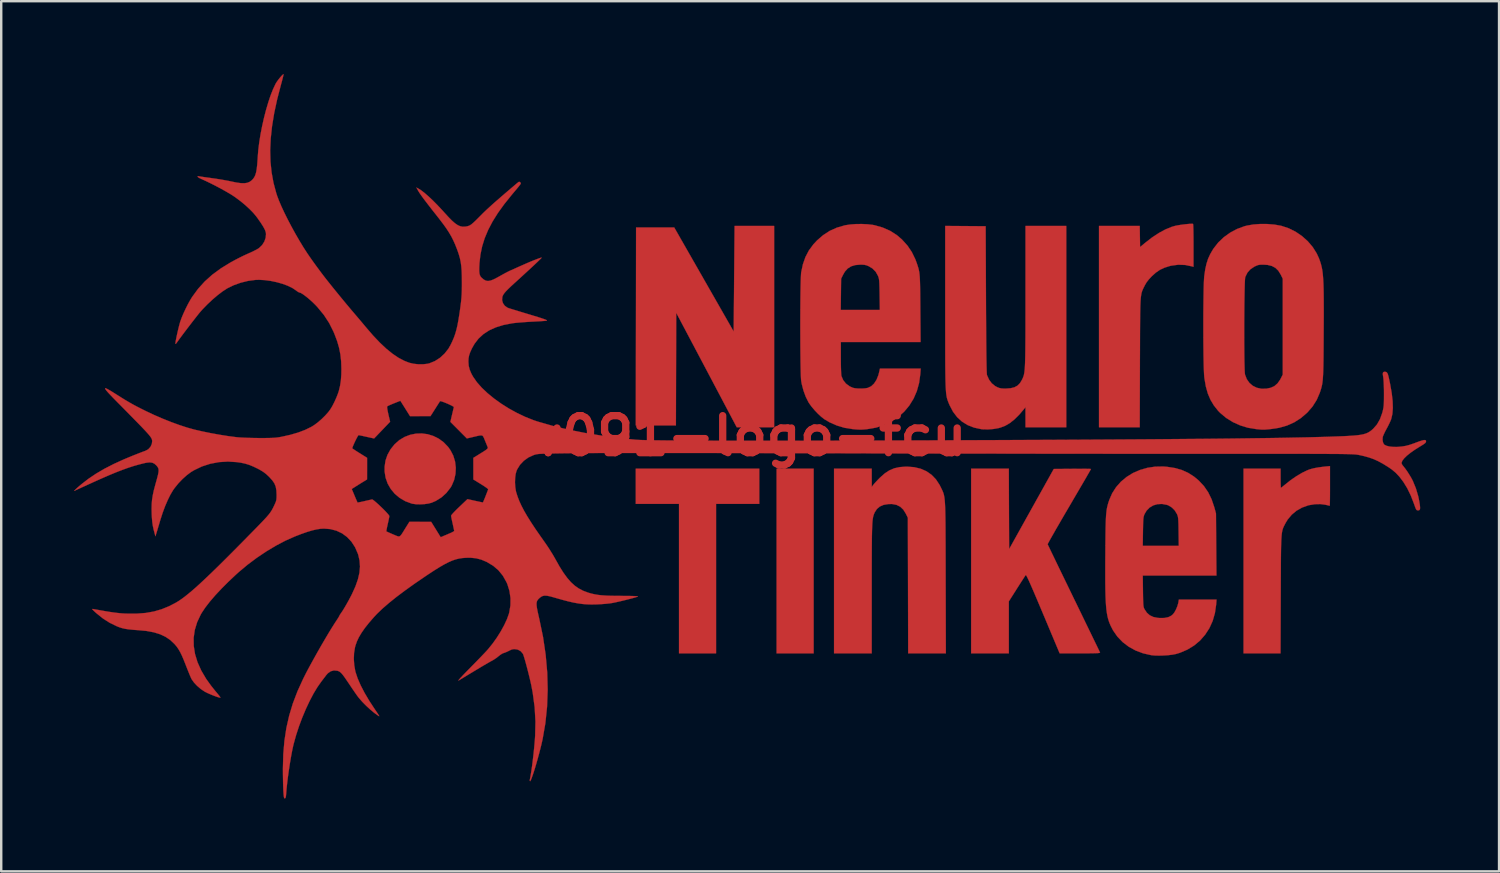
<source format=kicad_pcb>
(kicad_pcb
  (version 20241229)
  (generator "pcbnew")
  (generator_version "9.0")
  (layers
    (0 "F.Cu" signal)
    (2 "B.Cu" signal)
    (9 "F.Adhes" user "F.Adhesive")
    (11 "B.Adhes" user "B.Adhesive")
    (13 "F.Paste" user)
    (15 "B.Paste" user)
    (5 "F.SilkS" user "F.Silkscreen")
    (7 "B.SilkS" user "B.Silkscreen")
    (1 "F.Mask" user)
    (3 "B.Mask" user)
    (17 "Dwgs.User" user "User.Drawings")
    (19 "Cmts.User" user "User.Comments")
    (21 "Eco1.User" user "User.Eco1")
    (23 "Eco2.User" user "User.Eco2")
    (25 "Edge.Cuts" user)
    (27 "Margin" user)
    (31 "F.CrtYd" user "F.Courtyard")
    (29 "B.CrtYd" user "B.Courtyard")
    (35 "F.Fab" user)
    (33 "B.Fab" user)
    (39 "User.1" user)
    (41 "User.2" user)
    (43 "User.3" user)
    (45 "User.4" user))
  (footprint "v091-logo-fcu"
    (layer "F.Cu")
    (at 27.825 14.895)
    (property "Reference" "v091-logo-fcu" (at 0 0 0) (layer "F.Cu") (effects (font (size 1.524 1.524) (thickness 0.3))))
    (attr through_hole)
    (fp_poly (pts (xy 2.619 8.95) (xy 1.093 8.95) (xy 1.093 1.348) (xy 2.619 1.348) (xy 2.619 8.95)) (stroke (width 0.01) (type solid)) (fill yes) (layer "F.Cu"))
    (fp_poly (pts (xy 0.381 2.797) (xy -1.398 2.797) (xy -1.398 8.95) (xy -2.924 8.95) (xy -2.924 2.797) (xy -4.704 2.797) (xy -4.704 1.348) (xy 0.381 1.348) (xy 0.381 2.797)) (stroke (width 0.01) (type solid)) (fill yes) (layer "F.Cu"))
    (fp_poly (pts (xy 0.992 -0.356) (xy 0.222 -0.357) (xy -0.547 -0.357) (xy -1.792 -2.713) (xy -3.038 -5.068) (xy -3.051 -0.432) (xy -4.704 -0.432) (xy -4.697 -4.507) (xy -4.691 -8.581) (xy -3.12 -8.581) (xy -1.897 -6.441) (xy -0.674 -4.3) (xy -0.658 -6.059) (xy -0.656 -6.367) (xy -0.653 -6.67) (xy -0.65 -6.963) (xy -0.648 -7.24) (xy -0.646 -7.496) (xy -0.644 -7.725) (xy -0.642 -7.922) (xy -0.641 -8.081) (xy -0.64 -8.198) (xy -0.639 -8.231) (xy -0.636 -8.645) (xy 0.992 -8.645) (xy 0.992 -0.356)) (stroke (width 0.01) (type solid)) (fill yes) (layer "F.Cu"))
    (fp_poly (pts (xy -13.272 -0.071) (xy -13.038 0.001) (xy -12.816 0.112) (xy -12.611 0.262) (xy -12.429 0.452) (xy -12.333 0.586) (xy -12.216 0.811) (xy -12.142 1.055) (xy -12.112 1.309) (xy -12.125 1.564) (xy -12.181 1.812) (xy -12.28 2.045) (xy -12.331 2.131) (xy -12.499 2.346) (xy -12.703 2.53) (xy -12.935 2.675) (xy -13.109 2.75) (xy -13.242 2.784) (xy -13.405 2.807) (xy -13.58 2.816) (xy -13.748 2.812) (xy -13.892 2.793) (xy -13.93 2.784) (xy -14.19 2.687) (xy -14.422 2.552) (xy -14.622 2.384) (xy -14.787 2.187) (xy -14.915 1.966) (xy -15.001 1.724) (xy -15.042 1.468) (xy -15.042 1.26) (xy -15.004 1.009) (xy -14.924 0.778) (xy -14.799 0.553) (xy -14.794 0.546) (xy -14.626 0.337) (xy -14.433 0.169) (xy -14.22 0.041) (xy -13.992 -0.046) (xy -13.754 -0.094) (xy -13.512 -0.102) (xy -13.272 -0.071)) (stroke (width 0.01) (type solid)) (fill yes) (layer "F.Cu"))
    (fp_poly (pts (xy 18.223 -8.731) (xy 18.236 -8.728) (xy 18.241 -8.701) (xy 18.245 -8.629) (xy 18.249 -8.518) (xy 18.252 -8.374) (xy 18.254 -8.203) (xy 18.255 -8.01) (xy 18.255 -7.839) (xy 18.255 -6.961) (xy 18.198 -6.978) (xy 17.917 -7.037) (xy 17.628 -7.048) (xy 17.339 -7.009) (xy 17.277 -6.994) (xy 17.058 -6.925) (xy 16.873 -6.838) (xy 16.705 -6.723) (xy 16.538 -6.573) (xy 16.419 -6.446) (xy 16.329 -6.331) (xy 16.259 -6.214) (xy 16.241 -6.178) (xy 16.212 -6.121) (xy 16.187 -6.07) (xy 16.165 -6.022) (xy 16.145 -5.974) (xy 16.128 -5.923) (xy 16.113 -5.866) (xy 16.101 -5.799) (xy 16.09 -5.719) (xy 16.081 -5.624) (xy 16.074 -5.509) (xy 16.068 -5.373) (xy 16.064 -5.212) (xy 16.06 -5.022) (xy 16.058 -4.802) (xy 16.056 -4.546) (xy 16.054 -4.253) (xy 16.053 -3.92) (xy 16.052 -3.542) (xy 16.05 -3.118) (xy 16.05 -3.007) (xy 16.042 -0.356) (xy 14.365 -0.356) (xy 14.365 -8.645) (xy 16.042 -8.645) (xy 16.049 -8.21) (xy 16.056 -7.775) (xy 16.26 -7.945) (xy 16.545 -8.167) (xy 16.827 -8.353) (xy 17.1 -8.501) (xy 17.36 -8.607) (xy 17.497 -8.647) (xy 17.589 -8.666) (xy 17.703 -8.685) (xy 17.829 -8.703) (xy 17.956 -8.717) (xy 18.071 -8.728) (xy 18.164 -8.733) (xy 18.223 -8.731)) (stroke (width 0.01) (type solid)) (fill yes) (layer "F.Cu"))
    (fp_poly (pts (xy 23.874 2.057) (xy 23.874 2.255) (xy 23.873 2.436) (xy 23.872 2.593) (xy 23.87 2.721) (xy 23.868 2.813) (xy 23.865 2.865) (xy 23.863 2.873) (xy 23.835 2.868) (xy 23.771 2.853) (xy 23.684 2.833) (xy 23.679 2.832) (xy 23.478 2.805) (xy 23.253 2.811) (xy 23.019 2.849) (xy 22.972 2.86) (xy 22.722 2.95) (xy 22.493 3.08) (xy 22.294 3.247) (xy 22.129 3.446) (xy 22.047 3.582) (xy 22.016 3.641) (xy 21.989 3.693) (xy 21.965 3.742) (xy 21.944 3.792) (xy 21.926 3.845) (xy 21.91 3.905) (xy 21.897 3.975) (xy 21.886 4.059) (xy 21.878 4.159) (xy 21.87 4.279) (xy 21.865 4.423) (xy 21.86 4.593) (xy 21.857 4.794) (xy 21.854 5.027) (xy 21.852 5.297) (xy 21.851 5.606) (xy 21.849 5.959) (xy 21.848 6.357) (xy 21.847 6.528) (xy 21.838 8.95) (xy 20.315 8.95) (xy 20.315 1.348) (xy 21.84 1.348) (xy 21.84 1.742) (xy 21.841 1.877) (xy 21.844 1.992) (xy 21.847 2.078) (xy 21.851 2.128) (xy 21.854 2.136) (xy 21.878 2.12) (xy 21.931 2.08) (xy 22.002 2.021) (xy 22.026 2.002) (xy 22.255 1.82) (xy 22.489 1.658) (xy 22.718 1.522) (xy 22.932 1.418) (xy 23.039 1.376) (xy 23.2 1.332) (xy 23.406 1.294) (xy 23.649 1.263) (xy 23.703 1.258) (xy 23.874 1.242) (xy 23.874 2.057)) (stroke (width 0.01) (type solid)) (fill yes) (layer "F.Cu"))
    (fp_poly (pts (xy 6.755 1.286) (xy 7.024 1.35) (xy 7.263 1.455) (xy 7.474 1.602) (xy 7.654 1.789) (xy 7.803 2.016) (xy 7.841 2.092) (xy 7.871 2.152) (xy 7.897 2.205) (xy 7.92 2.254) (xy 7.941 2.303) (xy 7.96 2.353) (xy 7.976 2.407) (xy 7.99 2.47) (xy 8.002 2.543) (xy 8.012 2.628) (xy 8.021 2.731) (xy 8.028 2.852) (xy 8.034 2.994) (xy 8.038 3.162) (xy 8.042 3.357) (xy 8.045 3.583) (xy 8.047 3.841) (xy 8.048 4.136) (xy 8.05 4.47) (xy 8.051 4.845) (xy 8.052 5.266) (xy 8.053 5.733) (xy 8.053 5.816) (xy 8.061 8.95) (xy 6.51 8.95) (xy 6.496 3.368) (xy 6.412 3.198) (xy 6.309 3.033) (xy 6.181 2.913) (xy 6.028 2.837) (xy 5.848 2.803) (xy 5.691 2.805) (xy 5.499 2.838) (xy 5.344 2.905) (xy 5.223 3.007) (xy 5.133 3.146) (xy 5.12 3.175) (xy 5.103 3.216) (xy 5.088 3.257) (xy 5.075 3.302) (xy 5.063 3.353) (xy 5.053 3.414) (xy 5.044 3.487) (xy 5.036 3.576) (xy 5.03 3.684) (xy 5.025 3.813) (xy 5.021 3.966) (xy 5.017 4.147) (xy 5.015 4.359) (xy 5.013 4.605) (xy 5.012 4.887) (xy 5.011 5.209) (xy 5.01 5.573) (xy 5.01 5.984) (xy 5.01 6.299) (xy 5.009 8.95) (xy 3.458 8.95) (xy 3.458 1.348) (xy 5.009 1.348) (xy 5.011 2.098) (xy 5.078 2.009) (xy 5.124 1.954) (xy 5.196 1.875) (xy 5.282 1.785) (xy 5.35 1.716) (xy 5.543 1.545) (xy 5.736 1.418) (xy 5.938 1.332) (xy 6.161 1.283) (xy 6.414 1.265) (xy 6.458 1.264) (xy 6.755 1.286)) (stroke (width 0.01) (type solid)) (fill yes) (layer "F.Cu"))
    (fp_poly (pts (xy 10.659 3.003) (xy 10.666 4.658) (xy 11.584 3.009) (xy 12.503 1.36) (xy 13.269 1.354) (xy 13.46 1.352) (xy 13.634 1.352) (xy 13.785 1.353) (xy 13.905 1.355) (xy 13.989 1.357) (xy 14.031 1.361) (xy 14.035 1.362) (xy 14.022 1.386) (xy 13.986 1.451) (xy 13.928 1.551) (xy 13.851 1.686) (xy 13.756 1.849) (xy 13.645 2.039) (xy 13.521 2.251) (xy 13.386 2.482) (xy 13.242 2.728) (xy 13.139 2.905) (xy 12.989 3.16) (xy 12.848 3.402) (xy 12.717 3.629) (xy 12.597 3.835) (xy 12.493 4.019) (xy 12.404 4.175) (xy 12.333 4.301) (xy 12.283 4.393) (xy 12.256 4.446) (xy 12.251 4.46) (xy 12.263 4.486) (xy 12.296 4.555) (xy 12.348 4.663) (xy 12.417 4.808) (xy 12.503 4.985) (xy 12.603 5.193) (xy 12.716 5.427) (xy 12.841 5.685) (xy 12.976 5.963) (xy 13.119 6.258) (xy 13.269 6.567) (xy 13.327 6.687) (xy 13.48 7.001) (xy 13.626 7.302) (xy 13.764 7.587) (xy 13.893 7.853) (xy 14.011 8.096) (xy 14.117 8.315) (xy 14.209 8.504) (xy 14.286 8.662) (xy 14.345 8.785) (xy 14.386 8.87) (xy 14.406 8.913) (xy 14.409 8.918) (xy 14.402 8.927) (xy 14.372 8.934) (xy 14.315 8.94) (xy 14.225 8.944) (xy 14.1 8.947) (xy 13.934 8.949) (xy 13.725 8.95) (xy 13.584 8.95) (xy 12.746 8.95) (xy 12.063 7.323) (xy 11.923 6.992) (xy 11.802 6.705) (xy 11.698 6.461) (xy 11.61 6.257) (xy 11.536 6.089) (xy 11.477 5.957) (xy 11.43 5.857) (xy 11.395 5.787) (xy 11.37 5.744) (xy 11.355 5.727) (xy 11.35 5.727) (xy 11.328 5.757) (xy 11.284 5.823) (xy 11.221 5.92) (xy 11.143 6.041) (xy 11.054 6.18) (xy 10.987 6.285) (xy 10.653 6.812) (xy 10.653 8.95) (xy 9.102 8.95) (xy 9.102 1.348) (xy 10.653 1.348) (xy 10.659 3.003)) (stroke (width 0.01) (type solid)) (fill yes) (layer "F.Cu"))
    (fp_poly (pts (xy 8.867 -8.639) (xy 9.7 -8.632) (xy 9.713 -5.606) (xy 9.715 -5.095) (xy 9.718 -4.634) (xy 9.72 -4.222) (xy 9.723 -3.856) (xy 9.726 -3.537) (xy 9.729 -3.263) (xy 9.733 -3.033) (xy 9.737 -2.846) (xy 9.741 -2.701) (xy 9.745 -2.596) (xy 9.75 -2.53) (xy 9.754 -2.504) (xy 9.841 -2.314) (xy 9.95 -2.167) (xy 10.086 -2.056) (xy 10.183 -2.004) (xy 10.264 -1.973) (xy 10.347 -1.956) (xy 10.452 -1.949) (xy 10.526 -1.949) (xy 10.724 -1.963) (xy 10.883 -2.002) (xy 11.01 -2.071) (xy 11.111 -2.172) (xy 11.187 -2.298) (xy 11.21 -2.343) (xy 11.23 -2.386) (xy 11.247 -2.429) (xy 11.263 -2.476) (xy 11.277 -2.529) (xy 11.289 -2.592) (xy 11.299 -2.666) (xy 11.308 -2.755) (xy 11.315 -2.862) (xy 11.321 -2.99) (xy 11.326 -3.141) (xy 11.33 -3.319) (xy 11.333 -3.526) (xy 11.335 -3.765) (xy 11.337 -4.04) (xy 11.338 -4.353) (xy 11.338 -4.706) (xy 11.339 -5.104) (xy 11.339 -5.548) (xy 11.339 -5.753) (xy 11.34 -8.645) (xy 13.018 -8.645) (xy 13.018 -0.356) (xy 11.34 -0.356) (xy 11.338 -1.182) (xy 11.288 -1.119) (xy 11.084 -0.878) (xy 10.888 -0.683) (xy 10.696 -0.53) (xy 10.502 -0.417) (xy 10.302 -0.341) (xy 10.222 -0.32) (xy 10.018 -0.285) (xy 9.804 -0.269) (xy 9.603 -0.271) (xy 9.514 -0.28) (xy 9.221 -0.343) (xy 8.958 -0.446) (xy 8.727 -0.589) (xy 8.526 -0.773) (xy 8.356 -0.997) (xy 8.216 -1.263) (xy 8.186 -1.332) (xy 8.165 -1.385) (xy 8.146 -1.434) (xy 8.129 -1.482) (xy 8.114 -1.531) (xy 8.1 -1.586) (xy 8.089 -1.647) (xy 8.078 -1.719) (xy 8.069 -1.803) (xy 8.062 -1.903) (xy 8.055 -2.021) (xy 8.05 -2.16) (xy 8.045 -2.322) (xy 8.042 -2.51) (xy 8.039 -2.728) (xy 8.037 -2.977) (xy 8.036 -3.261) (xy 8.035 -3.582) (xy 8.035 -3.943) (xy 8.034 -4.347) (xy 8.034 -4.796) (xy 8.034 -5.293) (xy 8.034 -8.645) (xy 8.867 -8.639)) (stroke (width 0.01) (type solid)) (fill yes) (layer "F.Cu"))
    (fp_poly (pts (xy 17.165 1.271) (xy 17.488 1.321) (xy 17.775 1.403) (xy 18.036 1.52) (xy 18.278 1.675) (xy 18.474 1.839) (xy 18.685 2.065) (xy 18.86 2.32) (xy 19.001 2.609) (xy 19.111 2.935) (xy 19.115 2.949) (xy 19.181 3.191) (xy 19.19 4.469) (xy 19.2 5.746) (xy 16.167 5.746) (xy 16.175 6.388) (xy 16.178 6.587) (xy 16.181 6.742) (xy 16.185 6.86) (xy 16.19 6.947) (xy 16.197 7.011) (xy 16.207 7.058) (xy 16.22 7.095) (xy 16.237 7.13) (xy 16.238 7.132) (xy 16.336 7.278) (xy 16.455 7.383) (xy 16.602 7.453) (xy 16.782 7.489) (xy 16.861 7.495) (xy 17.056 7.493) (xy 17.213 7.462) (xy 17.339 7.401) (xy 17.411 7.34) (xy 17.475 7.255) (xy 17.538 7.137) (xy 17.592 7.005) (xy 17.629 6.876) (xy 17.635 6.841) (xy 17.652 6.738) (xy 19.204 6.738) (xy 19.187 6.95) (xy 19.137 7.294) (xy 19.044 7.616) (xy 18.909 7.914) (xy 18.734 8.183) (xy 18.524 8.423) (xy 18.279 8.628) (xy 18.002 8.797) (xy 17.696 8.927) (xy 17.531 8.977) (xy 17.392 9.004) (xy 17.219 9.025) (xy 17.028 9.038) (xy 16.837 9.043) (xy 16.66 9.039) (xy 16.516 9.025) (xy 16.516 9.025) (xy 16.181 8.949) (xy 15.872 8.833) (xy 15.59 8.678) (xy 15.339 8.487) (xy 15.122 8.261) (xy 14.943 8.004) (xy 14.846 7.816) (xy 14.805 7.721) (xy 14.769 7.624) (xy 14.738 7.522) (xy 14.711 7.41) (xy 14.689 7.286) (xy 14.67 7.146) (xy 14.655 6.985) (xy 14.643 6.8) (xy 14.634 6.587) (xy 14.628 6.342) (xy 14.624 6.063) (xy 14.623 5.744) (xy 14.623 5.383) (xy 14.625 4.975) (xy 14.626 4.907) (xy 14.628 4.556) (xy 14.628 4.526) (xy 16.166 4.526) (xy 17.649 4.526) (xy 17.641 3.935) (xy 17.638 3.744) (xy 17.635 3.598) (xy 17.63 3.487) (xy 17.624 3.404) (xy 17.616 3.341) (xy 17.604 3.292) (xy 17.588 3.247) (xy 17.572 3.211) (xy 17.482 3.064) (xy 17.36 2.943) (xy 17.217 2.857) (xy 17.16 2.837) (xy 16.962 2.8) (xy 16.773 2.809) (xy 16.599 2.859) (xy 16.447 2.949) (xy 16.323 3.077) (xy 16.244 3.211) (xy 16.224 3.256) (xy 16.21 3.301) (xy 16.199 3.353) (xy 16.191 3.419) (xy 16.185 3.508) (xy 16.181 3.627) (xy 16.178 3.783) (xy 16.175 3.935) (xy 16.166 4.526) (xy 14.628 4.526) (xy 14.631 4.251) (xy 14.634 3.988) (xy 14.638 3.763) (xy 14.643 3.571) (xy 14.649 3.408) (xy 14.657 3.271) (xy 14.668 3.153) (xy 14.68 3.052) (xy 14.695 2.962) (xy 14.714 2.879) (xy 14.735 2.799) (xy 14.76 2.718) (xy 14.788 2.636) (xy 14.908 2.359) (xy 15.07 2.107) (xy 15.268 1.883) (xy 15.5 1.689) (xy 15.76 1.528) (xy 16.045 1.403) (xy 16.351 1.314) (xy 16.673 1.265) (xy 17.007 1.259) (xy 17.165 1.271)) (stroke (width 0.01) (type solid)) (fill yes) (layer "F.Cu"))
    (fp_poly (pts (xy 4.836 -8.713) (xy 5.051 -8.688) (xy 5.129 -8.673) (xy 5.462 -8.578) (xy 5.769 -8.442) (xy 6.047 -8.264) (xy 6.255 -8.085) (xy 6.479 -7.837) (xy 6.66 -7.57) (xy 6.803 -7.275) (xy 6.857 -7.132) (xy 6.887 -7.044) (xy 6.912 -6.966) (xy 6.934 -6.893) (xy 6.951 -6.819) (xy 6.966 -6.74) (xy 6.977 -6.651) (xy 6.986 -6.547) (xy 6.993 -6.422) (xy 6.998 -6.273) (xy 7.002 -6.094) (xy 7.005 -5.88) (xy 7.007 -5.627) (xy 7.01 -5.329) (xy 7.01 -5.244) (xy 7.021 -3.865) (xy 3.738 -3.865) (xy 3.738 -3.21) (xy 3.739 -3.027) (xy 3.741 -2.857) (xy 3.746 -2.708) (xy 3.751 -2.587) (xy 3.757 -2.502) (xy 3.763 -2.465) (xy 3.835 -2.297) (xy 3.949 -2.154) (xy 4.098 -2.043) (xy 4.233 -1.982) (xy 4.329 -1.962) (xy 4.455 -1.951) (xy 4.595 -1.95) (xy 4.728 -1.958) (xy 4.838 -1.976) (xy 4.85 -1.98) (xy 4.987 -2.045) (xy 5.105 -2.155) (xy 5.205 -2.308) (xy 5.282 -2.499) (xy 5.315 -2.625) (xy 5.347 -2.771) (xy 7.025 -2.771) (xy 7.008 -2.534) (xy 6.959 -2.177) (xy 6.866 -1.843) (xy 6.731 -1.533) (xy 6.556 -1.251) (xy 6.345 -0.998) (xy 6.1 -0.778) (xy 5.824 -0.594) (xy 5.519 -0.448) (xy 5.189 -0.342) (xy 4.834 -0.281) (xy 4.831 -0.28) (xy 4.711 -0.268) (xy 4.618 -0.262) (xy 4.534 -0.26) (xy 4.446 -0.263) (xy 4.336 -0.271) (xy 4.208 -0.283) (xy 3.889 -0.335) (xy 3.574 -0.429) (xy 3.276 -0.56) (xy 3.055 -0.691) (xy 2.93 -0.789) (xy 2.792 -0.917) (xy 2.654 -1.062) (xy 2.529 -1.211) (xy 2.429 -1.35) (xy 2.405 -1.388) (xy 2.294 -1.61) (xy 2.201 -1.863) (xy 2.13 -2.132) (xy 2.106 -2.263) (xy 2.099 -2.333) (xy 2.093 -2.45) (xy 2.088 -2.607) (xy 2.083 -2.8) (xy 2.079 -3.024) (xy 2.076 -3.275) (xy 2.073 -3.546) (xy 2.071 -3.833) (xy 2.07 -4.131) (xy 2.069 -4.435) (xy 2.069 -4.74) (xy 2.07 -5.041) (xy 2.071 -5.187) (xy 3.734 -5.187) (xy 5.343 -5.187) (xy 5.334 -5.816) (xy 5.331 -6.014) (xy 5.327 -6.169) (xy 5.323 -6.287) (xy 5.317 -6.377) (xy 5.309 -6.446) (xy 5.298 -6.5) (xy 5.283 -6.548) (xy 5.268 -6.588) (xy 5.175 -6.756) (xy 5.043 -6.891) (xy 4.883 -6.988) (xy 4.794 -7.024) (xy 4.709 -7.043) (xy 4.606 -7.051) (xy 4.538 -7.051) (xy 4.332 -7.033) (xy 4.161 -6.981) (xy 4.02 -6.892) (xy 3.905 -6.764) (xy 3.834 -6.642) (xy 3.75 -6.472) (xy 3.742 -5.829) (xy 3.734 -5.187) (xy 2.071 -5.187) (xy 2.072 -5.334) (xy 2.074 -5.612) (xy 2.077 -5.872) (xy 2.081 -6.108) (xy 2.086 -6.315) (xy 2.091 -6.488) (xy 2.097 -6.623) (xy 2.103 -6.713) (xy 2.106 -6.738) (xy 2.177 -7.069) (xy 2.281 -7.365) (xy 2.422 -7.634) (xy 2.603 -7.881) (xy 2.757 -8.047) (xy 3.011 -8.267) (xy 3.281 -8.442) (xy 3.575 -8.574) (xy 3.898 -8.668) (xy 3.927 -8.674) (xy 4.126 -8.704) (xy 4.356 -8.721) (xy 4.599 -8.724) (xy 4.836 -8.713)) (stroke (width 0.01) (type solid)) (fill yes) (layer "F.Cu"))
    (fp_poly (pts (xy 21.303 -8.723) (xy 21.592 -8.699) (xy 21.854 -8.652) (xy 21.879 -8.646) (xy 22.178 -8.546) (xy 22.462 -8.404) (xy 22.725 -8.224) (xy 22.961 -8.013) (xy 23.164 -7.774) (xy 23.327 -7.514) (xy 23.418 -7.316) (xy 23.453 -7.222) (xy 23.484 -7.131) (xy 23.511 -7.038) (xy 23.534 -6.942) (xy 23.554 -6.837) (xy 23.571 -6.72) (xy 23.584 -6.587) (xy 23.595 -6.435) (xy 23.604 -6.259) (xy 23.61 -6.057) (xy 23.614 -5.824) (xy 23.616 -5.557) (xy 23.617 -5.251) (xy 23.617 -4.904) (xy 23.615 -4.512) (xy 23.614 -4.322) (xy 23.612 -3.945) (xy 23.61 -3.615) (xy 23.608 -3.327) (xy 23.605 -3.079) (xy 23.601 -2.866) (xy 23.596 -2.684) (xy 23.59 -2.53) (xy 23.582 -2.399) (xy 23.573 -2.287) (xy 23.562 -2.191) (xy 23.548 -2.107) (xy 23.531 -2.031) (xy 23.512 -1.958) (xy 23.49 -1.886) (xy 23.465 -1.809) (xy 23.456 -1.782) (xy 23.328 -1.484) (xy 23.155 -1.21) (xy 22.939 -0.961) (xy 22.681 -0.739) (xy 22.679 -0.738) (xy 22.403 -0.561) (xy 22.103 -0.427) (xy 21.777 -0.334) (xy 21.43 -0.282) (xy 21.303 -0.27) (xy 21.21 -0.262) (xy 21.136 -0.259) (xy 21.065 -0.261) (xy 20.98 -0.267) (xy 20.867 -0.278) (xy 20.829 -0.282) (xy 20.498 -0.336) (xy 20.179 -0.433) (xy 19.877 -0.569) (xy 19.601 -0.74) (xy 19.358 -0.943) (xy 19.264 -1.04) (xy 19.092 -1.258) (xy 18.953 -1.491) (xy 18.844 -1.748) (xy 18.763 -2.036) (xy 18.707 -2.361) (xy 18.7 -2.415) (xy 18.692 -2.512) (xy 18.685 -2.654) (xy 18.678 -2.836) (xy 18.673 -3.052) (xy 18.668 -3.296) (xy 18.665 -3.564) (xy 18.662 -3.849) (xy 18.661 -4.146) (xy 18.66 -4.323) (xy 20.343 -4.323) (xy 20.343 -4.044) (xy 20.344 -3.774) (xy 20.346 -3.518) (xy 20.348 -3.28) (xy 20.351 -3.066) (xy 20.356 -2.881) (xy 20.36 -2.728) (xy 20.366 -2.614) (xy 20.373 -2.544) (xy 20.375 -2.529) (xy 20.448 -2.339) (xy 20.557 -2.183) (xy 20.696 -2.064) (xy 20.861 -1.983) (xy 21.049 -1.943) (xy 21.256 -1.946) (xy 21.439 -1.984) (xy 21.585 -2.051) (xy 21.715 -2.164) (xy 21.824 -2.319) (xy 21.84 -2.35) (xy 21.929 -2.525) (xy 21.929 -6.472) (xy 21.846 -6.641) (xy 21.748 -6.8) (xy 21.629 -6.917) (xy 21.482 -6.996) (xy 21.304 -7.04) (xy 21.136 -7.051) (xy 21.025 -7.05) (xy 20.943 -7.041) (xy 20.87 -7.019) (xy 20.784 -6.98) (xy 20.755 -6.965) (xy 20.595 -6.858) (xy 20.474 -6.72) (xy 20.389 -6.547) (xy 20.386 -6.539) (xy 20.379 -6.492) (xy 20.372 -6.4) (xy 20.366 -6.267) (xy 20.361 -6.098) (xy 20.357 -5.898) (xy 20.353 -5.671) (xy 20.349 -5.424) (xy 20.347 -5.16) (xy 20.345 -4.886) (xy 20.343 -4.605) (xy 20.343 -4.323) (xy 18.66 -4.323) (xy 18.66 -4.45) (xy 18.66 -4.754) (xy 18.661 -5.054) (xy 18.664 -5.343) (xy 18.667 -5.617) (xy 18.671 -5.87) (xy 18.675 -6.096) (xy 18.681 -6.289) (xy 18.688 -6.445) (xy 18.696 -6.557) (xy 18.699 -6.585) (xy 18.738 -6.854) (xy 18.789 -7.085) (xy 18.855 -7.29) (xy 18.942 -7.481) (xy 19.053 -7.672) (xy 19.082 -7.717) (xy 19.273 -7.961) (xy 19.503 -8.18) (xy 19.764 -8.368) (xy 20.049 -8.52) (xy 20.35 -8.631) (xy 20.459 -8.659) (xy 20.719 -8.704) (xy 21.006 -8.725) (xy 21.303 -8.723)) (stroke (width 0.01) (type solid)) (fill yes) (layer "F.Cu"))
    (fp_poly (pts (xy -19.204 -14.89) (xy -19.206 -14.863) (xy -19.221 -14.795) (xy -19.246 -14.695) (xy -19.278 -14.571) (xy -19.308 -14.463) (xy -19.465 -13.859) (xy -19.588 -13.289) (xy -19.676 -12.751) (xy -19.731 -12.241) (xy -19.753 -11.756) (xy -19.741 -11.292) (xy -19.695 -10.847) (xy -19.616 -10.417) (xy -19.504 -9.999) (xy -19.469 -9.89) (xy -19.393 -9.688) (xy -19.293 -9.453) (xy -19.171 -9.191) (xy -19.032 -8.912) (xy -18.88 -8.622) (xy -18.719 -8.329) (xy -18.553 -8.042) (xy -18.387 -7.768) (xy -18.224 -7.515) (xy -18.205 -7.488) (xy -18.098 -7.332) (xy -17.969 -7.15) (xy -17.828 -6.956) (xy -17.685 -6.763) (xy -17.55 -6.584) (xy -17.433 -6.434) (xy -17.432 -6.433) (xy -17.151 -6.081) (xy -16.885 -5.754) (xy -16.64 -5.457) (xy -16.419 -5.193) (xy -16.361 -5.125) (xy -16.24 -4.983) (xy -16.108 -4.828) (xy -15.978 -4.674) (xy -15.863 -4.536) (xy -15.812 -4.475) (xy -15.517 -4.133) (xy -15.237 -3.838) (xy -14.97 -3.588) (xy -14.714 -3.381) (xy -14.468 -3.215) (xy -14.229 -3.09) (xy -14.027 -3.012) (xy -13.851 -2.971) (xy -13.654 -2.95) (xy -13.457 -2.95) (xy -13.277 -2.97) (xy -13.196 -2.99) (xy -12.971 -3.082) (xy -12.761 -3.218) (xy -12.573 -3.391) (xy -12.414 -3.594) (xy -12.331 -3.738) (xy -12.252 -3.902) (xy -12.186 -4.059) (xy -12.131 -4.216) (xy -12.083 -4.385) (xy -12.04 -4.574) (xy -12 -4.793) (xy -11.959 -5.051) (xy -11.95 -5.111) (xy -11.92 -5.328) (xy -11.897 -5.511) (xy -11.881 -5.672) (xy -11.87 -5.827) (xy -11.864 -5.989) (xy -11.861 -6.175) (xy -11.861 -6.318) (xy -11.863 -6.579) (xy -11.871 -6.799) (xy -11.886 -6.988) (xy -11.909 -7.157) (xy -11.943 -7.316) (xy -11.988 -7.474) (xy -12.046 -7.643) (xy -12.069 -7.704) (xy -12.142 -7.888) (xy -12.217 -8.055) (xy -12.297 -8.213) (xy -12.389 -8.37) (xy -12.496 -8.535) (xy -12.624 -8.714) (xy -12.779 -8.918) (xy -12.903 -9.077) (xy -13.089 -9.312) (xy -13.244 -9.512) (xy -13.372 -9.679) (xy -13.475 -9.817) (xy -13.556 -9.929) (xy -13.616 -10.018) (xy -13.659 -10.088) (xy -13.662 -10.094) (xy -13.735 -10.225) (xy -13.658 -10.185) (xy -13.542 -10.113) (xy -13.4 -10.004) (xy -13.236 -9.861) (xy -13.054 -9.69) (xy -12.859 -9.493) (xy -12.655 -9.275) (xy -12.563 -9.173) (xy -12.4 -8.995) (xy -12.262 -8.856) (xy -12.141 -8.751) (xy -12.034 -8.678) (xy -11.935 -8.633) (xy -11.838 -8.613) (xy -11.738 -8.614) (xy -11.68 -8.622) (xy -11.62 -8.635) (xy -11.567 -8.653) (xy -11.514 -8.68) (xy -11.456 -8.721) (xy -11.386 -8.781) (xy -11.297 -8.864) (xy -11.184 -8.977) (xy -11.085 -9.076) (xy -10.999 -9.163) (xy -10.908 -9.251) (xy -10.81 -9.343) (xy -10.701 -9.443) (xy -10.577 -9.555) (xy -10.433 -9.682) (xy -10.266 -9.827) (xy -10.072 -9.994) (xy -9.846 -10.187) (xy -9.588 -10.406) (xy -9.533 -10.45) (xy -9.5 -10.463) (xy -9.472 -10.449) (xy -9.462 -10.439) (xy -9.447 -10.425) (xy -9.437 -10.412) (xy -9.436 -10.396) (xy -9.446 -10.371) (xy -9.472 -10.333) (xy -9.516 -10.276) (xy -9.582 -10.195) (xy -9.674 -10.086) (xy -9.794 -9.943) (xy -9.81 -9.924) (xy -10.117 -9.542) (xy -10.38 -9.177) (xy -10.6 -8.825) (xy -10.78 -8.481) (xy -10.922 -8.142) (xy -11.028 -7.802) (xy -11.099 -7.459) (xy -11.137 -7.122) (xy -11.147 -6.942) (xy -11.149 -6.804) (xy -11.141 -6.7) (xy -11.122 -6.621) (xy -11.091 -6.56) (xy -11.046 -6.509) (xy -11.041 -6.504) (xy -10.956 -6.434) (xy -10.874 -6.392) (xy -10.788 -6.378) (xy -10.689 -6.393) (xy -10.569 -6.437) (xy -10.422 -6.512) (xy -10.336 -6.559) (xy -10.21 -6.63) (xy -10.086 -6.698) (xy -9.977 -6.755) (xy -9.897 -6.794) (xy -9.889 -6.798) (xy -9.814 -6.831) (xy -9.706 -6.879) (xy -9.578 -6.937) (xy -9.443 -6.997) (xy -9.407 -7.013) (xy -9.239 -7.087) (xy -9.077 -7.157) (xy -8.927 -7.219) (xy -8.795 -7.27) (xy -8.689 -7.31) (xy -8.614 -7.334) (xy -8.579 -7.34) (xy -8.577 -7.34) (xy -8.592 -7.319) (xy -8.644 -7.266) (xy -8.732 -7.181) (xy -8.854 -7.065) (xy -9.011 -6.919) (xy -9.2 -6.745) (xy -9.421 -6.542) (xy -9.672 -6.313) (xy -9.683 -6.304) (xy -9.837 -6.162) (xy -9.956 -6.048) (xy -10.046 -5.956) (xy -10.111 -5.881) (xy -10.155 -5.817) (xy -10.183 -5.76) (xy -10.196 -5.721) (xy -10.207 -5.59) (xy -10.172 -5.467) (xy -10.098 -5.361) (xy -9.989 -5.282) (xy -9.922 -5.255) (xy -9.866 -5.238) (xy -9.769 -5.208) (xy -9.639 -5.169) (xy -9.483 -5.121) (xy -9.309 -5.068) (xy -9.124 -5.012) (xy -9.112 -5.009) (xy -8.896 -4.943) (xy -8.723 -4.89) (xy -8.59 -4.848) (xy -8.493 -4.815) (xy -8.426 -4.791) (xy -8.385 -4.773) (xy -8.365 -4.759) (xy -8.363 -4.749) (xy -8.366 -4.745) (xy -8.393 -4.741) (xy -8.465 -4.734) (xy -8.572 -4.727) (xy -8.708 -4.718) (xy -8.865 -4.709) (xy -8.95 -4.705) (xy -9.135 -4.695) (xy -9.321 -4.682) (xy -9.497 -4.668) (xy -9.648 -4.654) (xy -9.764 -4.641) (xy -9.784 -4.638) (xy -10.142 -4.569) (xy -10.459 -4.472) (xy -10.736 -4.347) (xy -10.974 -4.192) (xy -11.177 -4.006) (xy -11.344 -3.789) (xy -11.451 -3.598) (xy -11.52 -3.446) (xy -11.564 -3.318) (xy -11.587 -3.198) (xy -11.594 -3.069) (xy -11.594 -3.063) (xy -11.582 -2.891) (xy -11.541 -2.727) (xy -11.468 -2.558) (xy -11.401 -2.437) (xy -11.245 -2.213) (xy -11.045 -1.986) (xy -10.806 -1.76) (xy -10.535 -1.538) (xy -10.237 -1.325) (xy -9.92 -1.125) (xy -9.587 -0.943) (xy -9.246 -0.781) (xy -8.903 -0.645) (xy -8.734 -0.589) (xy -8.13 -0.416) (xy -7.481 -0.26) (xy -6.788 -0.122) (xy -6.053 -0.003) (xy -5.278 0.097) (xy -4.716 0.156) (xy -4.622 0.162) (xy -4.476 0.168) (xy -4.28 0.173) (xy -4.033 0.178) (xy -3.736 0.182) (xy -3.388 0.186) (xy -2.99 0.189) (xy -2.542 0.192) (xy -2.043 0.194) (xy -1.494 0.196) (xy -0.895 0.197) (xy -0.245 0.198) (xy 0.454 0.198) (xy 1.203 0.198) (xy 2.002 0.197) (xy 2.851 0.195) (xy 3.749 0.193) (xy 4.697 0.191) (xy 5.694 0.188) (xy 6.741 0.185) (xy 7.838 0.181) (xy 8.085 0.18) (xy 9.213 0.175) (xy 10.291 0.171) (xy 11.32 0.166) (xy 12.302 0.162) (xy 13.238 0.157) (xy 14.129 0.152) (xy 14.976 0.147) (xy 15.781 0.142) (xy 16.545 0.137) (xy 17.268 0.131) (xy 17.953 0.125) (xy 18.6 0.12) (xy 19.21 0.114) (xy 19.785 0.108) (xy 20.326 0.101) (xy 20.834 0.094) (xy 21.31 0.088) (xy 21.756 0.081) (xy 22.172 0.073) (xy 22.56 0.065) (xy 22.921 0.058) (xy 23.257 0.049) (xy 23.567 0.041) (xy 23.855 0.032) (xy 24.078 0.024) (xy 24.372 0.013) (xy 24.62 0.001) (xy 24.827 -0.012) (xy 25 -0.028) (xy 25.142 -0.047) (xy 25.259 -0.071) (xy 25.357 -0.101) (xy 25.44 -0.137) (xy 25.514 -0.182) (xy 25.585 -0.235) (xy 25.652 -0.294) (xy 25.807 -0.471) (xy 25.931 -0.688) (xy 26.024 -0.945) (xy 26.041 -1.008) (xy 26.061 -1.094) (xy 26.076 -1.175) (xy 26.086 -1.262) (xy 26.092 -1.365) (xy 26.095 -1.494) (xy 26.096 -1.659) (xy 26.096 -1.742) (xy 26.095 -1.91) (xy 26.09 -2.072) (xy 26.084 -2.216) (xy 26.076 -2.333) (xy 26.067 -2.41) (xy 26.067 -2.41) (xy 26.05 -2.522) (xy 26.051 -2.592) (xy 26.073 -2.629) (xy 26.116 -2.641) (xy 26.147 -2.639) (xy 26.183 -2.633) (xy 26.211 -2.617) (xy 26.236 -2.585) (xy 26.259 -2.53) (xy 26.283 -2.445) (xy 26.31 -2.326) (xy 26.344 -2.163) (xy 26.35 -2.133) (xy 26.415 -1.764) (xy 26.452 -1.436) (xy 26.461 -1.148) (xy 26.442 -0.902) (xy 26.395 -0.698) (xy 26.393 -0.691) (xy 26.359 -0.608) (xy 26.308 -0.497) (xy 26.247 -0.375) (xy 26.202 -0.292) (xy 26.143 -0.182) (xy 26.094 -0.079) (xy 26.059 0.003) (xy 26.045 0.046) (xy 26.038 0.157) (xy 26.055 0.261) (xy 26.092 0.34) (xy 26.112 0.361) (xy 26.194 0.403) (xy 26.315 0.434) (xy 26.466 0.451) (xy 26.636 0.452) (xy 26.684 0.45) (xy 26.846 0.434) (xy 26.996 0.409) (xy 27.15 0.368) (xy 27.324 0.309) (xy 27.442 0.264) (xy 27.551 0.224) (xy 27.651 0.192) (xy 27.727 0.172) (xy 27.752 0.169) (xy 27.806 0.173) (xy 27.826 0.199) (xy 27.828 0.226) (xy 27.821 0.258) (xy 27.794 0.292) (xy 27.741 0.334) (xy 27.654 0.39) (xy 27.58 0.435) (xy 27.37 0.566) (xy 27.189 0.693) (xy 27.041 0.812) (xy 26.929 0.921) (xy 26.854 1.018) (xy 26.821 1.098) (xy 26.828 1.154) (xy 26.865 1.212) (xy 26.913 1.271) (xy 26.979 1.354) (xy 27.058 1.467) (xy 27.141 1.597) (xy 27.219 1.727) (xy 27.281 1.845) (xy 27.286 1.856) (xy 27.412 2.164) (xy 27.508 2.49) (xy 27.549 2.692) (xy 27.572 2.837) (xy 27.582 2.939) (xy 27.58 3.005) (xy 27.564 3.044) (xy 27.533 3.061) (xy 27.499 3.064) (xy 27.466 3.061) (xy 27.44 3.049) (xy 27.417 3.018) (xy 27.391 2.96) (xy 27.357 2.866) (xy 27.333 2.797) (xy 27.2 2.453) (xy 27.054 2.153) (xy 26.891 1.887) (xy 26.885 1.88) (xy 26.735 1.682) (xy 26.583 1.519) (xy 26.415 1.378) (xy 26.277 1.284) (xy 26.058 1.148) (xy 25.862 1.041) (xy 25.675 0.956) (xy 25.483 0.888) (xy 25.271 0.829) (xy 25.082 0.787) (xy 25.055 0.782) (xy 25.028 0.776) (xy 24.999 0.772) (xy 24.966 0.767) (xy 24.927 0.763) (xy 24.881 0.76) (xy 24.824 0.756) (xy 24.757 0.753) (xy 24.675 0.751) (xy 24.579 0.748) (xy 24.465 0.746) (xy 24.332 0.744) (xy 24.178 0.742) (xy 24 0.741) (xy 23.798 0.74) (xy 23.569 0.739) (xy 23.311 0.738) (xy 23.022 0.737) (xy 22.701 0.737) (xy 22.345 0.736) (xy 21.953 0.736) (xy 21.522 0.736) (xy 21.051 0.736) (xy 20.538 0.736) (xy 19.981 0.736) (xy 19.377 0.736) (xy 18.726 0.736) (xy 18.37 0.736) (xy 17.804 0.736) (xy 17.191 0.736) (xy 16.536 0.736) (xy 15.842 0.736) (xy 15.115 0.735) (xy 14.357 0.734) (xy 13.574 0.734) (xy 12.769 0.733) (xy 11.947 0.732) (xy 11.111 0.73) (xy 10.267 0.729) (xy 9.417 0.728) (xy 8.567 0.726) (xy 7.721 0.724) (xy 6.882 0.723) (xy 6.055 0.721) (xy 5.244 0.719) (xy 4.454 0.717) (xy 3.687 0.715) (xy 3.178 0.714) (xy 2.496 0.712) (xy 1.819 0.71) (xy 1.149 0.709) (xy 0.487 0.707) (xy -0.163 0.706) (xy -0.799 0.705) (xy -1.419 0.704) (xy -2.022 0.703) (xy -2.603 0.703) (xy -3.162 0.702) (xy -3.695 0.702) (xy -4.201 0.702) (xy -4.677 0.702) (xy -5.12 0.702) (xy -5.53 0.703) (xy -5.902 0.703) (xy -6.236 0.704) (xy -6.528 0.705) (xy -6.776 0.706) (xy -6.979 0.707) (xy -7.133 0.709) (xy -7.145 0.709) (xy -7.468 0.713) (xy -7.745 0.716) (xy -7.979 0.72) (xy -8.175 0.723) (xy -8.337 0.726) (xy -8.468 0.73) (xy -8.573 0.735) (xy -8.656 0.739) (xy -8.721 0.745) (xy -8.773 0.752) (xy -8.815 0.76) (xy -8.851 0.77) (xy -8.886 0.781) (xy -8.907 0.788) (xy -9.122 0.886) (xy -9.312 1.022) (xy -9.469 1.188) (xy -9.587 1.379) (xy -9.613 1.441) (xy -9.649 1.57) (xy -9.669 1.733) (xy -9.675 1.913) (xy -9.665 2.094) (xy -9.64 2.26) (xy -9.627 2.314) (xy -9.571 2.492) (xy -9.5 2.677) (xy -9.41 2.873) (xy -9.3 3.084) (xy -9.166 3.315) (xy -9.007 3.568) (xy -8.821 3.849) (xy -8.604 4.161) (xy -8.449 4.38) (xy -8.344 4.532) (xy -8.232 4.705) (xy -8.123 4.88) (xy -8.031 5.039) (xy -8.01 5.077) (xy -7.842 5.376) (xy -7.682 5.63) (xy -7.527 5.843) (xy -7.373 6.02) (xy -7.214 6.165) (xy -7.048 6.281) (xy -6.87 6.374) (xy -6.676 6.447) (xy -6.674 6.448) (xy -6.54 6.487) (xy -6.405 6.518) (xy -6.262 6.543) (xy -6.104 6.561) (xy -5.923 6.573) (xy -5.711 6.581) (xy -5.46 6.584) (xy -5.29 6.585) (xy -5.075 6.586) (xy -4.897 6.588) (xy -4.761 6.592) (xy -4.668 6.598) (xy -4.621 6.604) (xy -4.616 6.609) (xy -4.649 6.624) (xy -4.723 6.648) (xy -4.83 6.678) (xy -4.96 6.712) (xy -5.105 6.749) (xy -5.257 6.786) (xy -5.407 6.821) (xy -5.546 6.852) (xy -5.665 6.876) (xy -5.683 6.879) (xy -5.792 6.895) (xy -5.936 6.91) (xy -6.099 6.923) (xy -6.263 6.932) (xy -6.318 6.934) (xy -6.519 6.938) (xy -6.707 6.933) (xy -6.889 6.919) (xy -7.075 6.894) (xy -7.273 6.858) (xy -7.491 6.808) (xy -7.74 6.742) (xy -8.026 6.661) (xy -8.06 6.651) (xy -8.225 6.605) (xy -8.353 6.579) (xy -8.452 6.573) (xy -8.531 6.587) (xy -8.6 6.621) (xy -8.656 6.664) (xy -8.71 6.714) (xy -8.749 6.763) (xy -8.776 6.817) (xy -8.788 6.884) (xy -8.787 6.968) (xy -8.773 7.078) (xy -8.746 7.22) (xy -8.706 7.4) (xy -8.674 7.539) (xy -8.521 8.276) (xy -8.413 9.008) (xy -8.349 9.733) (xy -8.33 10.446) (xy -8.355 11.146) (xy -8.425 11.827) (xy -8.54 12.488) (xy -8.545 12.509) (xy -8.584 12.684) (xy -8.631 12.874) (xy -8.682 13.071) (xy -8.736 13.271) (xy -8.791 13.466) (xy -8.846 13.651) (xy -8.898 13.819) (xy -8.947 13.966) (xy -8.989 14.083) (xy -9.023 14.166) (xy -9.047 14.209) (xy -9.054 14.213) (xy -9.068 14.192) (xy -9.065 14.156) (xy -9.035 13.998) (xy -9.003 13.8) (xy -8.97 13.572) (xy -8.939 13.323) (xy -8.909 13.064) (xy -8.883 12.805) (xy -8.861 12.556) (xy -8.846 12.342) (xy -8.833 11.755) (xy -8.866 11.167) (xy -8.946 10.571) (xy -9 10.285) (xy -9.032 10.137) (xy -9.071 9.972) (xy -9.114 9.796) (xy -9.159 9.618) (xy -9.204 9.447) (xy -9.247 9.289) (xy -9.286 9.154) (xy -9.319 9.049) (xy -9.343 8.982) (xy -9.351 8.967) (xy -9.439 8.862) (xy -9.555 8.798) (xy -9.653 8.779) (xy -9.736 8.777) (xy -9.81 8.792) (xy -9.897 8.831) (xy -9.92 8.843) (xy -10.01 8.887) (xy -10.096 8.922) (xy -10.144 8.937) (xy -10.206 8.963) (xy -10.284 9.014) (xy -10.351 9.067) (xy -10.448 9.143) (xy -10.56 9.217) (xy -10.627 9.255) (xy -10.693 9.29) (xy -10.797 9.35) (xy -10.937 9.431) (xy -11.108 9.532) (xy -11.305 9.651) (xy -11.526 9.784) (xy -11.766 9.929) (xy -11.985 10.062) (xy -12.005 10.07) (xy -11.999 10.054) (xy -11.965 10.012) (xy -11.902 9.942) (xy -11.808 9.842) (xy -11.681 9.711) (xy -11.52 9.547) (xy -11.454 9.479) (xy -11.311 9.334) (xy -11.173 9.192) (xy -11.046 9.06) (xy -10.936 8.945) (xy -10.849 8.852) (xy -10.791 8.787) (xy -10.784 8.78) (xy -10.595 8.546) (xy -10.418 8.296) (xy -10.258 8.041) (xy -10.12 7.789) (xy -10.008 7.549) (xy -9.929 7.33) (xy -9.913 7.272) (xy -9.863 6.977) (xy -9.86 6.677) (xy -9.903 6.381) (xy -9.991 6.098) (xy -10.027 6.018) (xy -10.173 5.757) (xy -10.354 5.534) (xy -10.571 5.347) (xy -10.826 5.193) (xy -10.84 5.186) (xy -11.06 5.093) (xy -11.275 5.037) (xy -11.504 5.014) (xy -11.692 5.016) (xy -11.838 5.027) (xy -11.978 5.048) (xy -12.116 5.082) (xy -12.259 5.131) (xy -12.412 5.198) (xy -12.58 5.284) (xy -12.769 5.393) (xy -12.985 5.527) (xy -13.233 5.689) (xy -13.345 5.764) (xy -13.793 6.07) (xy -14.195 6.357) (xy -14.552 6.625) (xy -14.864 6.876) (xy -15.132 7.108) (xy -15.357 7.324) (xy -15.481 7.456) (xy -15.687 7.694) (xy -15.856 7.907) (xy -15.992 8.102) (xy -16.1 8.283) (xy -16.182 8.457) (xy -16.243 8.631) (xy -16.263 8.708) (xy -16.3 8.932) (xy -16.31 9.18) (xy -16.293 9.434) (xy -16.251 9.675) (xy -16.238 9.725) (xy -16.152 9.984) (xy -16.027 10.27) (xy -15.866 10.58) (xy -15.67 10.911) (xy -15.447 11.251) (xy -15.365 11.371) (xy -15.309 11.455) (xy -15.276 11.507) (xy -15.264 11.532) (xy -15.27 11.537) (xy -15.292 11.525) (xy -15.32 11.507) (xy -15.468 11.401) (xy -15.633 11.264) (xy -15.801 11.108) (xy -15.961 10.946) (xy -16.1 10.787) (xy -16.125 10.755) (xy -16.168 10.698) (xy -16.232 10.607) (xy -16.312 10.491) (xy -16.402 10.36) (xy -16.494 10.222) (xy -16.495 10.221) (xy -16.605 10.058) (xy -16.692 9.932) (xy -16.761 9.839) (xy -16.818 9.772) (xy -16.867 9.726) (xy -16.912 9.695) (xy -16.959 9.675) (xy -16.989 9.666) (xy -17.129 9.653) (xy -17.261 9.688) (xy -17.38 9.772) (xy -17.449 9.85) (xy -17.508 9.929) (xy -17.582 10.025) (xy -17.647 10.11) (xy -17.807 10.337) (xy -17.97 10.607) (xy -18.13 10.912) (xy -18.285 11.242) (xy -18.432 11.591) (xy -18.566 11.95) (xy -18.684 12.31) (xy -18.783 12.665) (xy -18.803 12.744) (xy -18.846 12.944) (xy -18.891 13.182) (xy -18.936 13.446) (xy -18.979 13.726) (xy -19.019 14.009) (xy -19.053 14.283) (xy -19.08 14.537) (xy -19.098 14.757) (xy -19.101 14.797) (xy -19.112 14.876) (xy -19.135 14.914) (xy -19.149 14.92) (xy -19.167 14.917) (xy -19.18 14.896) (xy -19.19 14.85) (xy -19.199 14.771) (xy -19.208 14.651) (xy -19.211 14.602) (xy -19.216 14.477) (xy -19.221 14.314) (xy -19.225 14.127) (xy -19.228 13.929) (xy -19.229 13.732) (xy -19.229 13.679) (xy -19.213 13.095) (xy -19.166 12.545) (xy -19.086 12.02) (xy -18.971 11.512) (xy -18.82 11.012) (xy -18.629 10.511) (xy -18.397 10.002) (xy -18.264 9.738) (xy -18.129 9.484) (xy -17.981 9.215) (xy -17.826 8.937) (xy -17.668 8.659) (xy -17.511 8.39) (xy -17.361 8.136) (xy -17.221 7.907) (xy -17.097 7.71) (xy -17.031 7.61) (xy -16.975 7.525) (xy -16.933 7.457) (xy -16.91 7.415) (xy -16.908 7.409) (xy -16.894 7.379) (xy -16.859 7.326) (xy -16.849 7.312) (xy -16.784 7.217) (xy -16.703 7.087) (xy -16.613 6.932) (xy -16.519 6.764) (xy -16.428 6.592) (xy -16.388 6.514) (xy -16.245 6.198) (xy -16.142 5.906) (xy -16.079 5.635) (xy -16.056 5.38) (xy -16.073 5.135) (xy -16.127 4.897) (xy -16.143 4.849) (xy -16.258 4.584) (xy -16.406 4.355) (xy -16.586 4.163) (xy -16.792 4.011) (xy -17.024 3.901) (xy -17.278 3.835) (xy -17.531 3.815) (xy -17.679 3.822) (xy -17.841 3.847) (xy -18.023 3.889) (xy -18.23 3.951) (xy -18.47 4.035) (xy -18.747 4.142) (xy -18.75 4.144) (xy -19.124 4.31) (xy -19.512 4.514) (xy -19.907 4.75) (xy -20.299 5.013) (xy -20.678 5.296) (xy -21.035 5.594) (xy -21.141 5.689) (xy -21.464 5.993) (xy -21.757 6.286) (xy -22.016 6.563) (xy -22.24 6.824) (xy -22.426 7.065) (xy -22.572 7.284) (xy -22.613 7.355) (xy -22.76 7.668) (xy -22.857 7.988) (xy -22.904 8.313) (xy -22.9 8.644) (xy -22.847 8.978) (xy -22.744 9.316) (xy -22.591 9.657) (xy -22.389 10) (xy -22.187 10.281) (xy -22.102 10.388) (xy -22.013 10.499) (xy -21.933 10.595) (xy -21.91 10.622) (xy -21.853 10.692) (xy -21.814 10.745) (xy -21.799 10.772) (xy -21.8 10.773) (xy -21.831 10.773) (xy -21.898 10.755) (xy -21.991 10.724) (xy -22.099 10.683) (xy -22.213 10.637) (xy -22.322 10.589) (xy -22.416 10.543) (xy -22.451 10.524) (xy -22.609 10.418) (xy -22.758 10.291) (xy -22.886 10.156) (xy -22.981 10.022) (xy -22.997 9.993) (xy -23.027 9.928) (xy -23.071 9.826) (xy -23.123 9.697) (xy -23.181 9.553) (xy -23.228 9.432) (xy -23.313 9.217) (xy -23.388 9.042) (xy -23.458 8.899) (xy -23.527 8.78) (xy -23.599 8.676) (xy -23.68 8.579) (xy -23.696 8.561) (xy -23.868 8.4) (xy -24.063 8.268) (xy -24.287 8.163) (xy -24.543 8.084) (xy -24.837 8.029) (xy -25.171 7.997) (xy -25.39 7.981) (xy -25.568 7.963) (xy -25.714 7.942) (xy -25.84 7.914) (xy -25.954 7.879) (xy -26.061 7.837) (xy -26.361 7.691) (xy -26.637 7.515) (xy -26.905 7.3) (xy -26.96 7.251) (xy -27.032 7.183) (xy -27.07 7.143) (xy -27.078 7.125) (xy -27.058 7.123) (xy -27.037 7.126) (xy -26.773 7.173) (xy -26.552 7.212) (xy -26.366 7.243) (xy -26.207 7.266) (xy -26.067 7.284) (xy -25.94 7.297) (xy -25.818 7.307) (xy -25.692 7.313) (xy -25.642 7.315) (xy -25.243 7.315) (xy -24.878 7.287) (xy -24.54 7.227) (xy -24.219 7.134) (xy -23.906 7.006) (xy -23.632 6.863) (xy -23.522 6.796) (xy -23.403 6.715) (xy -23.273 6.619) (xy -23.131 6.506) (xy -22.973 6.374) (xy -22.799 6.222) (xy -22.607 6.047) (xy -22.394 5.847) (xy -22.158 5.622) (xy -21.898 5.369) (xy -21.612 5.086) (xy -21.298 4.772) (xy -20.954 4.425) (xy -20.578 4.042) (xy -20.441 3.903) (xy -20.263 3.721) (xy -20.118 3.571) (xy -19.999 3.446) (xy -19.905 3.343) (xy -19.83 3.257) (xy -19.77 3.181) (xy -19.722 3.113) (xy -19.68 3.045) (xy -19.642 2.975) (xy -19.603 2.895) (xy -19.598 2.885) (xy -19.548 2.777) (xy -19.516 2.697) (xy -19.498 2.626) (xy -19.491 2.546) (xy -19.489 2.44) (xy -19.489 2.415) (xy -19.498 2.233) (xy -19.507 2.184) (xy -16.396 2.184) (xy -16.28 2.459) (xy -16.235 2.567) (xy -16.196 2.656) (xy -16.169 2.718) (xy -16.158 2.741) (xy -16.131 2.739) (xy -16.066 2.727) (xy -15.972 2.707) (xy -15.874 2.685) (xy -15.759 2.658) (xy -15.659 2.636) (xy -15.587 2.62) (xy -15.558 2.613) (xy -15.526 2.628) (xy -15.466 2.673) (xy -15.386 2.741) (xy -15.292 2.825) (xy -15.192 2.92) (xy -15.093 3.016) (xy -15.002 3.109) (xy -14.927 3.191) (xy -14.873 3.254) (xy -14.849 3.293) (xy -14.848 3.297) (xy -14.854 3.34) (xy -14.869 3.419) (xy -14.891 3.525) (xy -14.915 3.631) (xy -14.94 3.745) (xy -14.959 3.839) (xy -14.969 3.904) (xy -14.97 3.929) (xy -14.944 3.943) (xy -14.88 3.972) (xy -14.789 4.012) (xy -14.694 4.053) (xy -14.594 4.096) (xy -14.52 4.126) (xy -14.465 4.139) (xy -14.421 4.13) (xy -14.379 4.095) (xy -14.331 4.03) (xy -14.269 3.932) (xy -14.193 3.808) (xy -14.022 3.535) (xy -13.575 3.534) (xy -13.127 3.534) (xy -12.734 4.169) (xy -12.653 4.135) (xy -12.592 4.108) (xy -12.5 4.07) (xy -12.398 4.026) (xy -12.376 4.017) (xy -12.286 3.977) (xy -12.218 3.941) (xy -12.182 3.916) (xy -12.179 3.91) (xy -12.184 3.878) (xy -12.199 3.806) (xy -12.22 3.707) (xy -12.242 3.605) (xy -12.268 3.489) (xy -12.289 3.388) (xy -12.302 3.314) (xy -12.306 3.283) (xy -12.288 3.253) (xy -12.239 3.194) (xy -12.164 3.114) (xy -12.07 3.019) (xy -11.969 2.922) (xy -11.632 2.602) (xy -11.315 2.672) (xy -11.196 2.698) (xy -11.096 2.719) (xy -11.027 2.733) (xy -10.996 2.738) (xy -10.995 2.738) (xy -10.976 2.697) (xy -10.945 2.624) (xy -10.907 2.532) (xy -10.868 2.432) (xy -10.831 2.337) (xy -10.801 2.258) (xy -10.783 2.207) (xy -10.78 2.195) (xy -10.801 2.172) (xy -10.857 2.128) (xy -10.942 2.07) (xy -11.047 2.003) (xy -11.085 1.979) (xy -11.389 1.792) (xy -11.39 0.903) (xy -11.085 0.714) (xy -10.961 0.637) (xy -10.876 0.58) (xy -10.824 0.538) (xy -10.798 0.507) (xy -10.793 0.483) (xy -10.795 0.478) (xy -10.811 0.435) (xy -10.842 0.357) (xy -10.882 0.259) (xy -10.908 0.196) (xy -10.946 0.103) (xy -10.976 0.038) (xy -11.006 -0.003) (xy -11.046 -0.022) (xy -11.105 -0.022) (xy -11.192 -0.006) (xy -11.315 0.023) (xy -11.39 0.041) (xy -11.657 0.103) (xy -12.335 -0.579) (xy -12.268 -0.868) (xy -12.24 -0.985) (xy -12.217 -1.084) (xy -12.2 -1.155) (xy -12.191 -1.186) (xy -12.21 -1.206) (xy -12.265 -1.239) (xy -12.346 -1.279) (xy -12.442 -1.323) (xy -12.541 -1.364) (xy -12.634 -1.4) (xy -12.708 -1.424) (xy -12.754 -1.432) (xy -12.762 -1.43) (xy -12.78 -1.401) (xy -12.82 -1.339) (xy -12.877 -1.25) (xy -12.944 -1.144) (xy -12.965 -1.111) (xy -13.154 -0.814) (xy -13.576 -0.814) (xy -13.997 -0.815) (xy -14.195 -1.131) (xy -14.394 -1.447) (xy -14.526 -1.395) (xy -14.7 -1.326) (xy -14.827 -1.272) (xy -14.907 -1.234) (xy -14.936 -1.217) (xy -14.94 -1.184) (xy -14.932 -1.109) (xy -14.912 -0.999) (xy -14.888 -0.89) (xy -14.816 -0.584) (xy -15.065 -0.324) (xy -15.163 -0.221) (xy -15.255 -0.125) (xy -15.333 -0.044) (xy -15.387 0.013) (xy -15.394 0.02) (xy -15.475 0.104) (xy -15.778 0.038) (xy -15.898 0.011) (xy -16.001 -0.011) (xy -16.077 -0.026) (xy -16.114 -0.034) (xy -16.114 -0.034) (xy -16.133 -0.013) (xy -16.166 0.043) (xy -16.209 0.123) (xy -16.255 0.217) (xy -16.3 0.314) (xy -16.338 0.402) (xy -16.365 0.471) (xy -16.373 0.508) (xy -16.353 0.526) (xy -16.297 0.564) (xy -16.213 0.62) (xy -16.109 0.686) (xy -16.068 0.711) (xy -15.764 0.901) (xy -15.764 1.347) (xy -15.765 1.792) (xy -15.911 1.88) (xy -16.009 1.94) (xy -16.125 2.012) (xy -16.226 2.076) (xy -16.396 2.184) (xy -19.507 2.184) (xy -19.526 2.084) (xy -19.579 1.954) (xy -19.665 1.829) (xy -19.787 1.694) (xy -19.804 1.677) (xy -19.924 1.565) (xy -20.041 1.477) (xy -20.175 1.396) (xy -20.251 1.355) (xy -20.447 1.26) (xy -20.619 1.19) (xy -20.786 1.139) (xy -20.965 1.101) (xy -21.127 1.078) (xy -21.496 1.055) (xy -21.863 1.078) (xy -22.222 1.146) (xy -22.565 1.257) (xy -22.886 1.411) (xy -23.011 1.486) (xy -23.182 1.613) (xy -23.361 1.773) (xy -23.533 1.953) (xy -23.685 2.141) (xy -23.756 2.241) (xy -23.863 2.422) (xy -23.972 2.644) (xy -24.08 2.895) (xy -24.18 3.164) (xy -24.27 3.442) (xy -24.279 3.471) (xy -24.32 3.613) (xy -24.362 3.752) (xy -24.398 3.874) (xy -24.425 3.965) (xy -24.43 3.979) (xy -24.477 4.132) (xy -24.505 4.03) (xy -24.552 3.851) (xy -24.585 3.695) (xy -24.607 3.541) (xy -24.622 3.37) (xy -24.63 3.21) (xy -24.634 2.995) (xy -24.63 2.804) (xy -24.615 2.624) (xy -24.586 2.442) (xy -24.544 2.244) (xy -24.484 2.018) (xy -24.454 1.911) (xy -24.404 1.73) (xy -24.369 1.591) (xy -24.349 1.484) (xy -24.345 1.402) (xy -24.356 1.338) (xy -24.383 1.283) (xy -24.424 1.231) (xy -24.442 1.211) (xy -24.523 1.14) (xy -24.611 1.1) (xy -24.716 1.088) (xy -24.849 1.103) (xy -24.939 1.122) (xy -25.154 1.176) (xy -25.37 1.237) (xy -25.592 1.309) (xy -25.827 1.393) (xy -26.081 1.491) (xy -26.36 1.606) (xy -26.671 1.741) (xy -27.02 1.897) (xy -27.037 1.905) (xy -27.217 1.987) (xy -27.384 2.063) (xy -27.53 2.13) (xy -27.65 2.185) (xy -27.739 2.226) (xy -27.79 2.251) (xy -27.799 2.255) (xy -27.82 2.263) (xy -27.806 2.243) (xy -27.764 2.2) (xy -27.697 2.138) (xy -27.612 2.063) (xy -27.525 1.99) (xy -27.235 1.765) (xy -26.92 1.553) (xy -26.575 1.351) (xy -26.195 1.156) (xy -25.774 0.964) (xy -25.413 0.814) (xy -25.268 0.757) (xy -25.133 0.704) (xy -25.018 0.66) (xy -24.932 0.628) (xy -24.889 0.613) (xy -24.774 0.551) (xy -24.683 0.453) (xy -24.626 0.332) (xy -24.612 0.231) (xy -24.612 0.199) (xy -24.616 0.169) (xy -24.624 0.137) (xy -24.64 0.101) (xy -24.665 0.058) (xy -24.702 0.007) (xy -24.754 -0.057) (xy -24.823 -0.135) (xy -24.91 -0.23) (xy -25.019 -0.345) (xy -25.152 -0.483) (xy -25.311 -0.645) (xy -25.498 -0.836) (xy -25.715 -1.057) (xy -25.966 -1.311) (xy -26.009 -1.354) (xy -26.189 -1.537) (xy -26.332 -1.686) (xy -26.44 -1.802) (xy -26.511 -1.887) (xy -26.547 -1.94) (xy -26.548 -1.964) (xy -26.513 -1.959) (xy -26.444 -1.926) (xy -26.34 -1.867) (xy -26.202 -1.782) (xy -26.108 -1.723) (xy -25.897 -1.59) (xy -25.716 -1.478) (xy -25.553 -1.382) (xy -25.396 -1.293) (xy -25.234 -1.206) (xy -25.053 -1.114) (xy -24.866 -1.021) (xy -24.53 -0.863) (xy -24.181 -0.712) (xy -23.831 -0.572) (xy -23.49 -0.448) (xy -23.169 -0.343) (xy -22.878 -0.262) (xy -22.857 -0.257) (xy -22.537 -0.184) (xy -22.19 -0.113) (xy -21.835 -0.049) (xy -21.49 0.006) (xy -21.171 0.048) (xy -21.116 0.054) (xy -21.009 0.063) (xy -20.862 0.071) (xy -20.688 0.078) (xy -20.497 0.083) (xy -20.3 0.086) (xy -20.201 0.087) (xy -19.993 0.087) (xy -19.826 0.085) (xy -19.692 0.082) (xy -19.581 0.076) (xy -19.484 0.067) (xy -19.391 0.054) (xy -19.292 0.036) (xy -19.272 0.032) (xy -18.918 -0.047) (xy -18.594 -0.142) (xy -18.306 -0.252) (xy -18.058 -0.374) (xy -17.935 -0.451) (xy -17.788 -0.561) (xy -17.635 -0.694) (xy -17.49 -0.837) (xy -17.364 -0.977) (xy -17.28 -1.089) (xy -17.194 -1.231) (xy -17.107 -1.403) (xy -17.025 -1.585) (xy -16.958 -1.758) (xy -16.926 -1.856) (xy -16.876 -2.066) (xy -16.843 -2.281) (xy -16.825 -2.518) (xy -16.821 -2.759) (xy -16.831 -3.069) (xy -16.862 -3.353) (xy -16.916 -3.626) (xy -16.996 -3.902) (xy -17.107 -4.196) (xy -17.149 -4.297) (xy -17.325 -4.648) (xy -17.545 -4.984) (xy -17.812 -5.308) (xy -17.886 -5.387) (xy -17.992 -5.492) (xy -18.107 -5.597) (xy -18.222 -5.695) (xy -18.331 -5.78) (xy -18.425 -5.846) (xy -18.497 -5.888) (xy -18.534 -5.899) (xy -18.578 -5.914) (xy -18.643 -5.954) (xy -18.696 -5.994) (xy -18.843 -6.092) (xy -19.029 -6.182) (xy -19.246 -6.262) (xy -19.483 -6.329) (xy -19.729 -6.381) (xy -19.975 -6.414) (xy -20.211 -6.427) (xy -20.366 -6.422) (xy -20.665 -6.382) (xy -20.968 -6.307) (xy -21.258 -6.203) (xy -21.519 -6.076) (xy -21.532 -6.068) (xy -21.715 -5.948) (xy -21.916 -5.795) (xy -22.126 -5.616) (xy -22.335 -5.42) (xy -22.534 -5.216) (xy -22.617 -5.123) (xy -22.669 -5.061) (xy -22.746 -4.965) (xy -22.841 -4.844) (xy -22.95 -4.704) (xy -23.066 -4.553) (xy -23.184 -4.399) (xy -23.298 -4.248) (xy -23.402 -4.109) (xy -23.492 -3.988) (xy -23.56 -3.893) (xy -23.598 -3.839) (xy -23.631 -3.798) (xy -23.653 -3.788) (xy -23.653 -3.788) (xy -23.654 -3.818) (xy -23.644 -3.888) (xy -23.626 -3.989) (xy -23.601 -4.111) (xy -23.572 -4.245) (xy -23.54 -4.383) (xy -23.508 -4.514) (xy -23.477 -4.63) (xy -23.455 -4.704) (xy -23.398 -4.863) (xy -23.319 -5.05) (xy -23.227 -5.248) (xy -23.128 -5.443) (xy -23.03 -5.618) (xy -22.966 -5.721) (xy -22.724 -6.052) (xy -22.45 -6.356) (xy -22.138 -6.636) (xy -21.785 -6.896) (xy -21.388 -7.14) (xy -21.336 -7.168) (xy -21.202 -7.241) (xy -21.066 -7.312) (xy -20.943 -7.374) (xy -20.847 -7.421) (xy -20.836 -7.426) (xy -20.656 -7.508) (xy -20.515 -7.572) (xy -20.409 -7.623) (xy -20.329 -7.664) (xy -20.27 -7.697) (xy -20.225 -7.726) (xy -20.203 -7.742) (xy -20.084 -7.859) (xy -19.994 -8.001) (xy -19.94 -8.155) (xy -19.925 -8.309) (xy -19.935 -8.387) (xy -19.97 -8.486) (xy -20.039 -8.616) (xy -20.142 -8.778) (xy -20.28 -8.974) (xy -20.334 -9.046) (xy -20.452 -9.187) (xy -20.606 -9.344) (xy -20.784 -9.507) (xy -20.979 -9.668) (xy -21.179 -9.817) (xy -21.27 -9.88) (xy -21.408 -9.967) (xy -21.582 -10.068) (xy -21.779 -10.178) (xy -21.989 -10.289) (xy -22.199 -10.396) (xy -22.398 -10.492) (xy -22.573 -10.572) (xy -22.663 -10.614) (xy -22.723 -10.651) (xy -22.744 -10.676) (xy -22.743 -10.678) (xy -22.716 -10.696) (xy -22.708 -10.693) (xy -22.678 -10.687) (xy -22.606 -10.675) (xy -22.499 -10.659) (xy -22.366 -10.64) (xy -22.215 -10.62) (xy -22.195 -10.617) (xy -22.012 -10.591) (xy -21.817 -10.561) (xy -21.628 -10.528) (xy -21.461 -10.497) (xy -21.362 -10.476) (xy -21.143 -10.431) (xy -20.963 -10.406) (xy -20.818 -10.402) (xy -20.699 -10.419) (xy -20.6 -10.459) (xy -20.513 -10.522) (xy -20.456 -10.582) (xy -20.406 -10.653) (xy -20.365 -10.74) (xy -20.332 -10.85) (xy -20.307 -10.989) (xy -20.287 -11.162) (xy -20.271 -11.378) (xy -20.265 -11.48) (xy -20.242 -11.773) (xy -20.203 -12.088) (xy -20.15 -12.418) (xy -20.084 -12.754) (xy -20.009 -13.089) (xy -19.925 -13.415) (xy -19.834 -13.723) (xy -19.74 -14.007) (xy -19.642 -14.258) (xy -19.544 -14.468) (xy -19.515 -14.523) (xy -19.471 -14.591) (xy -19.414 -14.669) (xy -19.351 -14.748) (xy -19.291 -14.817) (xy -19.24 -14.868) (xy -19.209 -14.89) (xy -19.204 -14.89)) (stroke (width 0.01) (type solid)) (fill yes) (layer "F.Cu")))
  (gr_rect
    (start -3 -3)
    (end 58.658 32.82)
    (stroke (width 0.1) (type default))
    (fill no)
    (layer "Edge.Cuts")))
</source>
